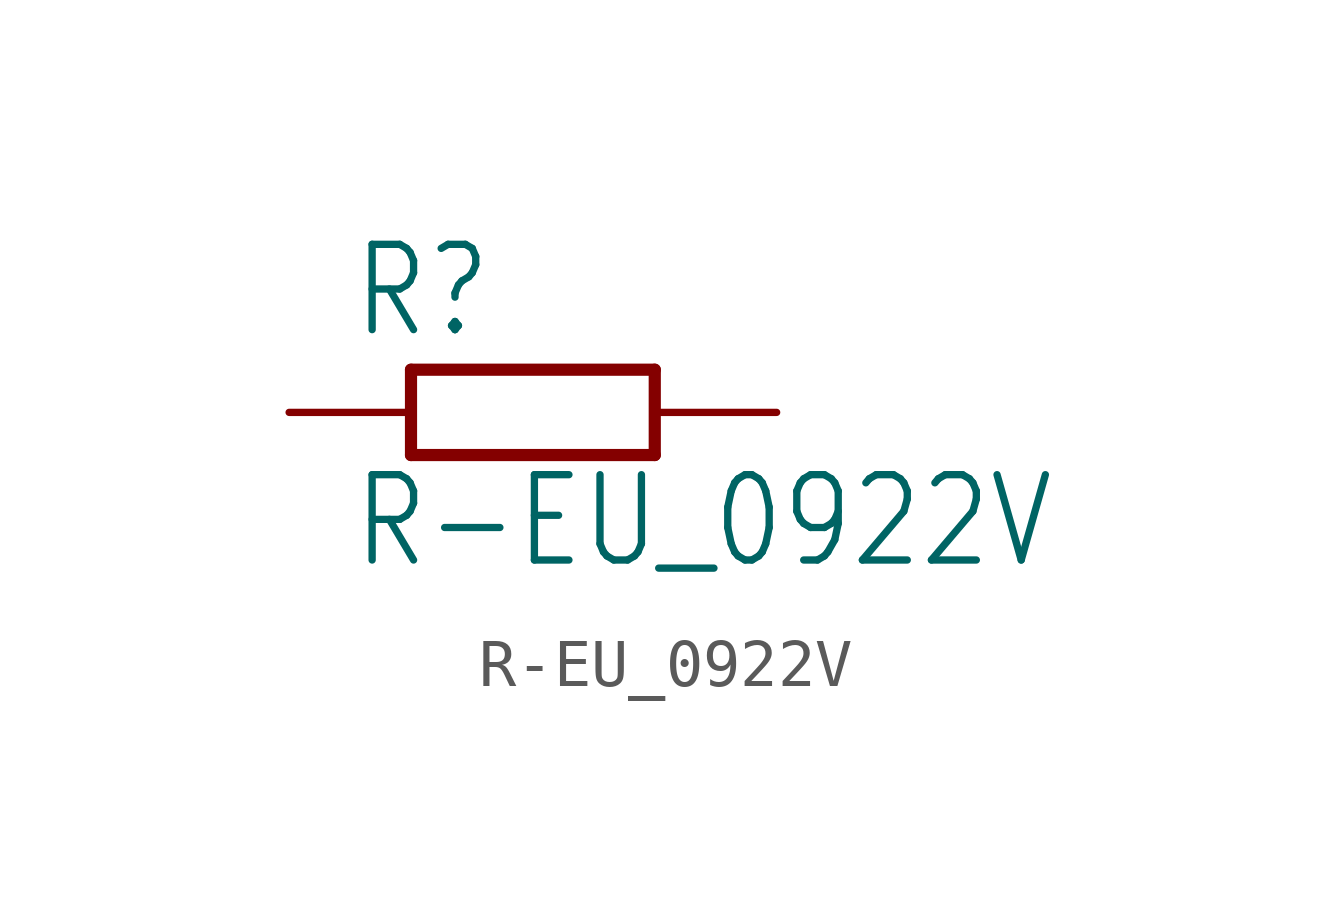
<source format=kicad_sym>
(kicad_symbol_lib
  (version 20220331)
  (generator kicad_symbol_editor)
  (symbol "R-EU_0922V"
    (property "Reference" "R"
      (at -3.81 1.499 0)
      (effects (font (size 1.778 1.511)) (justify left bottom)))
    (property "Value" "R-EU_0922V"
      (at -3.81 -3.302 0)
      (effects (font (size 1.778 1.511)) (justify left bottom)))
    (property "ki_locked" ""
      (at 0 0 0)
      (effects (font (size 1.27 1.27))))
    (symbol "R-EU_0922V_1_0"
      (polyline (pts (xy -2.54 -0.889) (xy -2.54 0.889)) (stroke (width 0.254) (type solid)) (fill (type none)))
      (polyline (pts (xy -2.54 -0.889) (xy 2.54 -0.889)) (stroke (width 0.254) (type solid)) (fill (type none)))
      (polyline (pts (xy 2.54 -0.889) (xy 2.54 0.889)) (stroke (width 0.254) (type solid)) (fill (type none)))
      (polyline (pts (xy 2.54 0.889) (xy -2.54 0.889)) (stroke (width 0.254) (type solid)) (fill (type none)))
      (pin passive line (at -5.08 0 0) (length 2.54) (name "1" (effects (font (size 0 0)))) (number "1" (effects (font (size 0 0)))))
      (pin passive line (at 5.08 0 180) (length 2.54) (name "2" (effects (font (size 0 0)))) (number "2" (effects (font (size 0 0))))))))
</source>
